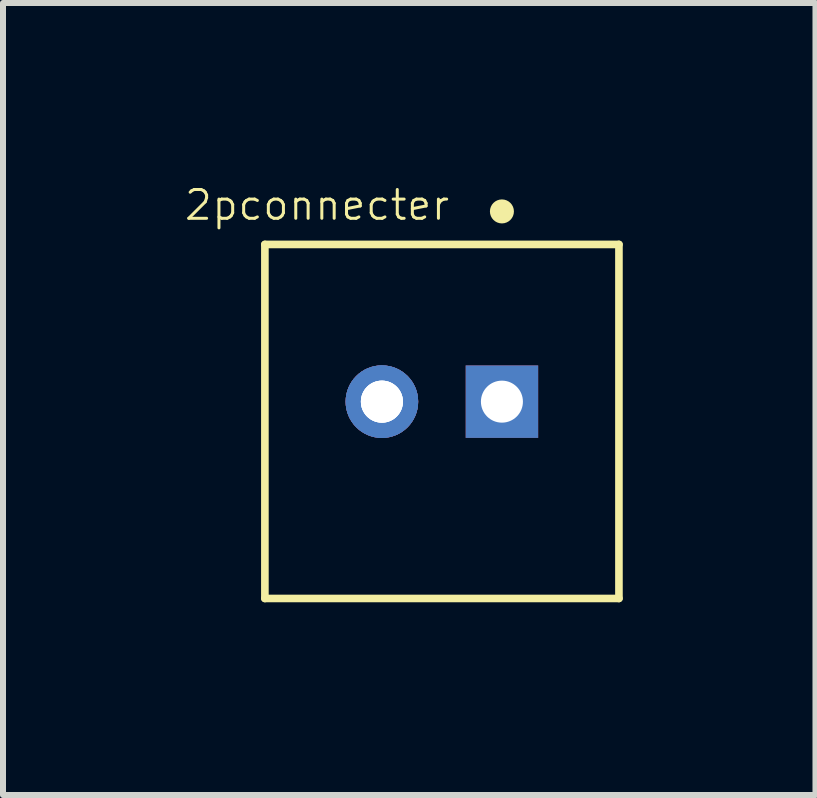
<source format=kicad_pcb>
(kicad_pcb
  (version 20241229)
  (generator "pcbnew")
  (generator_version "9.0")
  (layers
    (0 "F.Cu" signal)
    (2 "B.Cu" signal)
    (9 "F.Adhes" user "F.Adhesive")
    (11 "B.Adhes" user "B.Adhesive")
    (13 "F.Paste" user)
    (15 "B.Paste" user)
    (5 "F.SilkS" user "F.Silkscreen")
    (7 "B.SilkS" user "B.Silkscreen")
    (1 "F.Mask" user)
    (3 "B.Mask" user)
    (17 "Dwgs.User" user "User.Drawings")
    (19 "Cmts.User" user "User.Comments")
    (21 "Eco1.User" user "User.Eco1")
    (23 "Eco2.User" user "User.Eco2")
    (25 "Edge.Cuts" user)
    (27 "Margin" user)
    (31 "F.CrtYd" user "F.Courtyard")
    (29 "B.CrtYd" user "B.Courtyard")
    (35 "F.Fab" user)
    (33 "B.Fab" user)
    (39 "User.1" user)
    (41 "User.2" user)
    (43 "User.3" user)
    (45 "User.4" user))
  (footprint "2pconnecter"
    (layer "F.Cu")
    (at 4.314 2.373)
    (property "Reference" "2pconnecter" (at -2.081 -2.005 0) (layer "F.SilkS") (effects (font (size 0.48 0.48) (thickness 0.05))))
    (attr through_hole)
    (fp_line (start -2.95 -1.35) (end 2.95 -1.35) (stroke (width 0.127) (type solid)) (layer "F.SilkS"))
    (fp_line (start -2.95 4.55) (end -2.95 -1.35) (stroke (width 0.127) (type solid)) (layer "F.SilkS"))
    (fp_line (start 2.95 4.55) (end -2.95 4.55) (stroke (width 0.127) (type solid)) (layer "F.SilkS"))
    (fp_line (start 2.95 4.55) (end 2.95 -1.35) (stroke (width 0.127) (type solid)) (layer "F.SilkS"))
    (fp_circle (center 1 -1.9) (end 1.1 -1.9) (stroke (width 0.2) (type solid)) (fill no) (layer "F.SilkS"))
    (fp_line (start -3.2 -1.6) (end 3.2 -1.6) (stroke (width 0.05) (type solid)) (layer "Eco1.User"))
    (fp_line (start -3.2 4.8) (end -3.2 -1.6) (stroke (width 0.05) (type solid)) (layer "Eco1.User"))
    (fp_line (start 3.2 4.8) (end -3.2 4.8) (stroke (width 0.05) (type solid)) (layer "Eco1.User"))
    (fp_line (start 3.2 4.8) (end 3.2 -1.6) (stroke (width 0.05) (type solid)) (layer "Eco1.User"))
    (fp_line (start -2.95 -1.35) (end -2.95 4.55) (stroke (width 0.127) (type solid)) (layer "Eco2.User"))
    (fp_line (start -2.95 -1.35) (end 2.95 -1.35) (stroke (width 0.127) (type solid)) (layer "Eco2.User"))
    (fp_line (start 2.95 -1.35) (end 2.95 4.55) (stroke (width 0.127) (type solid)) (layer "Eco2.User"))
    (fp_line (start 2.95 4.55) (end -2.95 4.55) (stroke (width 0.127) (type solid)) (layer "Eco2.User"))
    (fp_circle (center 1 -1.9) (end 1.1 -1.9) (stroke (width 0.2) (type solid)) (fill no) (layer "Eco2.User"))
    (pad "1" thru_hole rect (at 1 1.27) (size 1.208 1.208) (drill 0.7) (layers "*.Cu" "*.Mask"))
    (pad "2" thru_hole circle (at -1 1.27) (size 1.208 1.208) (drill 0.7) (layers "*.Cu" "*.Mask"))
    (pad "2" thru_hole circle (at -1 1.27) (size 1.208 1.208) (drill 0.7) (layers "*.Cu" "*.Mask"))
    (pad "2" thru_hole circle (at -1 1.27) (size 1.208 1.208) (drill 0.7) (layers "*.Cu" "*.Mask")))
  (gr_rect
    (start -3 -3)
    (end 10.539 10.198)
    (stroke (width 0.1) (type default))
    (fill no)
    (layer "Edge.Cuts")))
</source>
